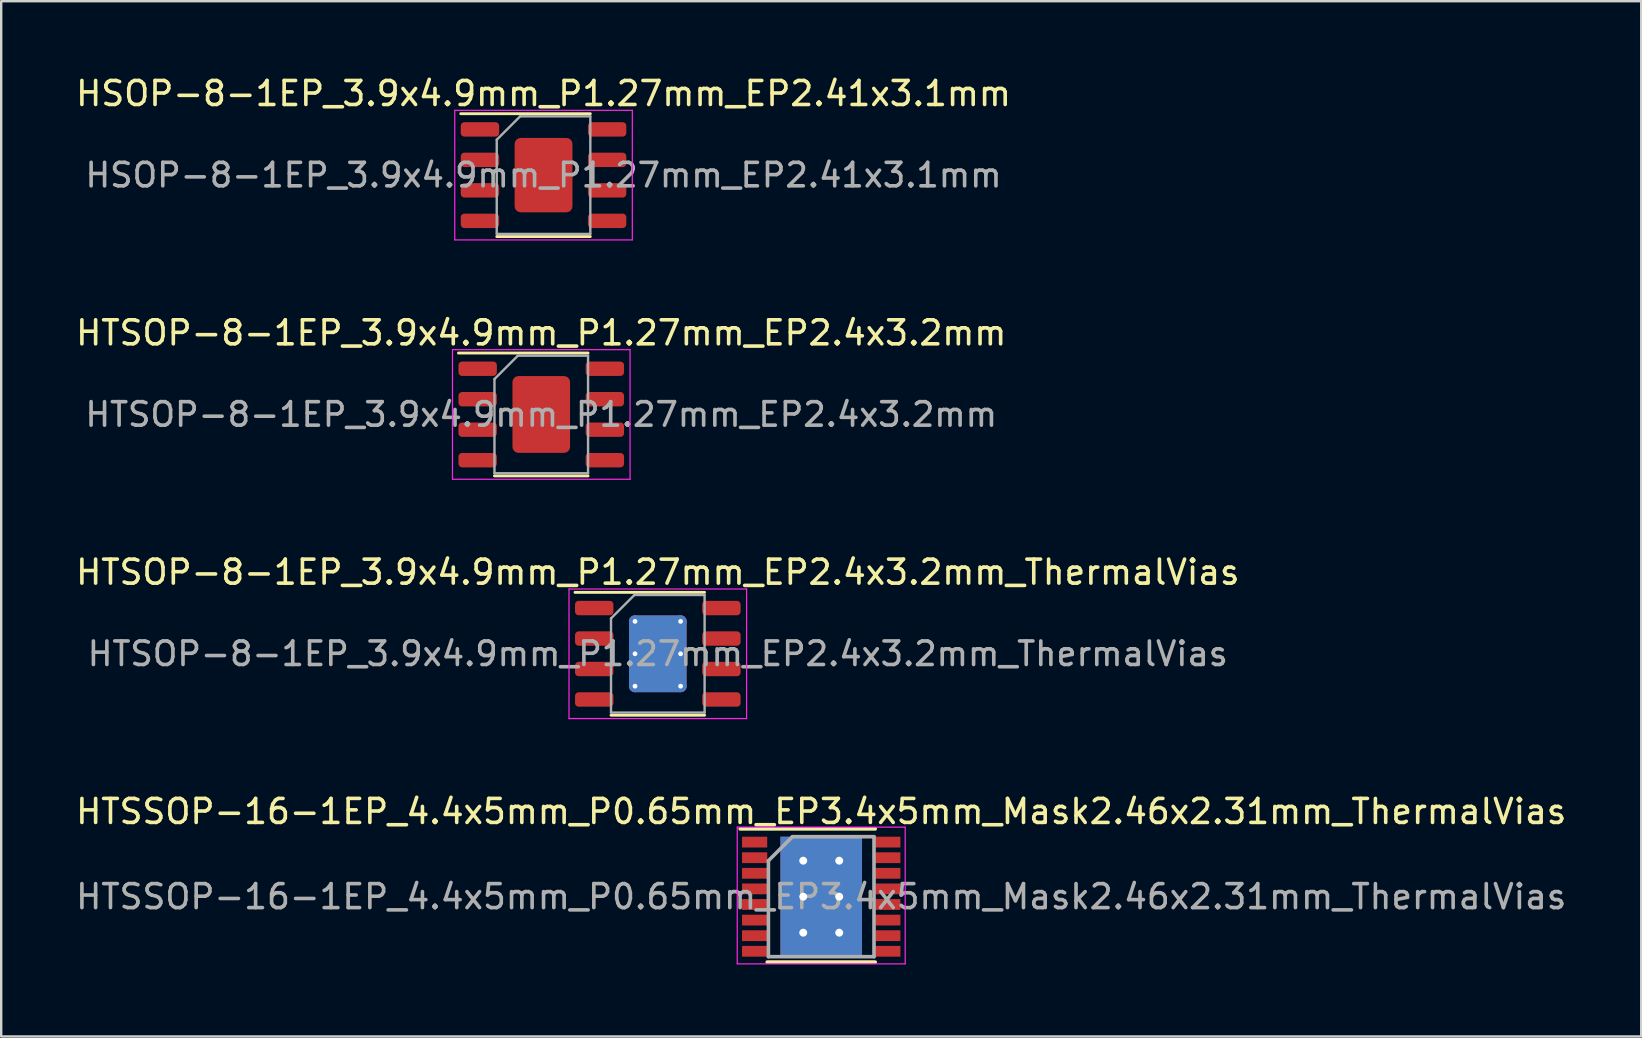
<source format=kicad_pcb>
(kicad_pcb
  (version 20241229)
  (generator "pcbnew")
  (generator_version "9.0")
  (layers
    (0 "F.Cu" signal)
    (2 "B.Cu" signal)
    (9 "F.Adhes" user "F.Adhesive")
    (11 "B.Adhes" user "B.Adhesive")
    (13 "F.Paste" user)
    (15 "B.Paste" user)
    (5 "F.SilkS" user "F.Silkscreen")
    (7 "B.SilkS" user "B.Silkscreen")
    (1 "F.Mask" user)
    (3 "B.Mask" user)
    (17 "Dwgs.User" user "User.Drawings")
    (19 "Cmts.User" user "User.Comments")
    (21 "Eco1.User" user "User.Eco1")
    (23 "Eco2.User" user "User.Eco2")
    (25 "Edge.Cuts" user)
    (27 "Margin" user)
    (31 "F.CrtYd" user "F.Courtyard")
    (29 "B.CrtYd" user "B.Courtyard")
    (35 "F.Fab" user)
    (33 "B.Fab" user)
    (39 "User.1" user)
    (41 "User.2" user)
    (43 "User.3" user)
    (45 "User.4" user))
  (footprint "HTSSOP-16-1EP_4.4x5mm_P0.65mm_EP3.4x5mm_Mask2.46x2.31mm_ThermalVias"
    (layer "F.Cu")
    (at 31.173 34.318)
    (property "Reference" "HTSSOP-16-1EP_4.4x5mm_P0.65mm_EP3.4x5mm_Mask2.46x2.31mm_ThermalVias" (at 0 -3.55 0) (layer "F.SilkS") (effects (font (size 1 1) (thickness 0.15))))
    (attr smd)
    (fp_line (start -3.375 -2.825) (end 2.25 -2.825) (stroke (width 0.15) (type solid)) (layer "F.SilkS"))
    (fp_line (start -2.25 2.725) (end 2.25 2.725) (stroke (width 0.15) (type solid)) (layer "F.SilkS"))
    (fp_line (start -3.5 -2.9) (end -3.5 2.8) (stroke (width 0.05) (type solid)) (layer "F.CrtYd"))
    (fp_line (start -3.5 -2.9) (end 3.5 -2.9) (stroke (width 0.05) (type solid)) (layer "F.CrtYd"))
    (fp_line (start -3.5 2.8) (end 3.5 2.8) (stroke (width 0.05) (type solid)) (layer "F.CrtYd"))
    (fp_line (start 3.5 -2.9) (end 3.5 2.8) (stroke (width 0.05) (type solid)) (layer "F.CrtYd"))
    (fp_line (start -2.2 -1.5) (end -1.2 -2.5) (stroke (width 0.15) (type solid)) (layer "F.Fab"))
    (fp_line (start -2.2 2.5) (end -2.2 -1.5) (stroke (width 0.15) (type solid)) (layer "F.Fab"))
    (fp_line (start -1.2 -2.5) (end 2.2 -2.5) (stroke (width 0.15) (type solid)) (layer "F.Fab"))
    (fp_line (start 2.2 -2.5) (end 2.2 2.5) (stroke (width 0.15) (type solid)) (layer "F.Fab"))
    (fp_line (start 2.2 2.5) (end -2.2 2.5) (stroke (width 0.15) (type solid)) (layer "F.Fab"))
    (fp_text user "${REFERENCE}" (at 0 0 0) (layer "F.Fab") (effects (font (size 1 1) (thickness 0.15))))
    (pad "" smd rect (at 0 -0.66) (size 2.3 0.8) (layers "F.Paste"))
    (pad "" smd rect (at 0 0) (size 2.46 2.31) (layers "F.Mask"))
    (pad "" smd rect (at 0 0.66) (size 2.3 0.8) (layers "F.Paste"))
    (pad "1" smd rect (at -2.775 -2.275) (size 1.05 0.45) (layers "F.Cu" "F.Mask" "F.Paste"))
    (pad "2" smd rect (at -2.775 -1.625) (size 1.05 0.45) (layers "F.Cu" "F.Mask" "F.Paste"))
    (pad "3" smd rect (at -2.775 -0.975) (size 1.05 0.45) (layers "F.Cu" "F.Mask" "F.Paste"))
    (pad "4" smd rect (at -2.775 -0.325) (size 1.05 0.45) (layers "F.Cu" "F.Mask" "F.Paste"))
    (pad "5" smd rect (at -2.775 0.325) (size 1.05 0.45) (layers "F.Cu" "F.Mask" "F.Paste"))
    (pad "6" smd rect (at -2.775 0.975) (size 1.05 0.45) (layers "F.Cu" "F.Mask" "F.Paste"))
    (pad "7" smd rect (at -2.775 1.625) (size 1.05 0.45) (layers "F.Cu" "F.Mask" "F.Paste"))
    (pad "8" smd rect (at -2.775 2.275) (size 1.05 0.45) (layers "F.Cu" "F.Mask" "F.Paste"))
    (pad "9" smd rect (at 2.775 2.275) (size 1.05 0.45) (layers "F.Cu" "F.Mask" "F.Paste"))
    (pad "10" smd rect (at 2.775 1.625) (size 1.05 0.45) (layers "F.Cu" "F.Mask" "F.Paste"))
    (pad "11" smd rect (at 2.775 0.975) (size 1.05 0.45) (layers "F.Cu" "F.Mask" "F.Paste"))
    (pad "12" smd rect (at 2.775 0.325) (size 1.05 0.45) (layers "F.Cu" "F.Mask" "F.Paste"))
    (pad "13" smd rect (at 2.775 -0.325) (size 1.05 0.45) (layers "F.Cu" "F.Mask" "F.Paste"))
    (pad "14" smd rect (at 2.775 -0.975) (size 1.05 0.45) (layers "F.Cu" "F.Mask" "F.Paste"))
    (pad "15" smd rect (at 2.775 -1.625) (size 1.05 0.45) (layers "F.Cu" "F.Mask" "F.Paste"))
    (pad "16" smd rect (at 2.775 -2.275) (size 1.05 0.45) (layers "F.Cu" "F.Mask" "F.Paste"))
    (pad "17" thru_hole circle (at -0.75 -1.5) (size 0.75 0.75) (drill 0.33) (layers "*.Cu"))
    (pad "17" thru_hole circle (at -0.75 0) (size 0.75 0.75) (drill 0.33) (layers "*.Cu"))
    (pad "17" thru_hole circle (at -0.75 1.5) (size 0.75 0.75) (drill 0.33) (layers "*.Cu"))
    (pad "17" smd rect (at 0 0) (size 3.4 5) (layers "F.Cu"))
    (pad "17" smd rect (at 0 0) (size 3.4 5) (layers "B.Cu"))
    (pad "17" thru_hole circle (at 0.75 -1.5) (size 0.75 0.75) (drill 0.33) (layers "*.Cu"))
    (pad "17" thru_hole circle (at 0.75 0) (size 0.75 0.75) (drill 0.33) (layers "*.Cu"))
    (pad "17" thru_hole circle (at 0.75 1.5) (size 0.75 0.75) (drill 0.33) (layers "*.Cu")))
  (footprint "HTSOP-8-1EP_3.9x4.9mm_P1.27mm_EP2.4x3.2mm_ThermalVias"
    (layer "F.Cu")
    (at 24.363 24.195)
    (property "Reference" "HTSOP-8-1EP_3.9x4.9mm_P1.27mm_EP2.4x3.2mm_ThermalVias" (at 0 -3.4 0) (layer "F.SilkS") (effects (font (size 1 1) (thickness 0.15))))
    (attr smd)
    (fp_line (start -3.45 -2.56) (end 1.95 -2.56) (stroke (width 0.12) (type solid)) (layer "F.SilkS"))
    (fp_line (start -1.95 2.56) (end 1.95 2.56) (stroke (width 0.12) (type solid)) (layer "F.SilkS"))
    (fp_line (start -3.7 -2.7) (end -3.7 2.7) (stroke (width 0.05) (type solid)) (layer "F.CrtYd"))
    (fp_line (start -3.7 2.7) (end 3.7 2.7) (stroke (width 0.05) (type solid)) (layer "F.CrtYd"))
    (fp_line (start 3.7 -2.7) (end -3.7 -2.7) (stroke (width 0.05) (type solid)) (layer "F.CrtYd"))
    (fp_line (start 3.7 2.7) (end 3.7 -2.7) (stroke (width 0.05) (type solid)) (layer "F.CrtYd"))
    (fp_line (start -1.95 -1.475) (end -0.975 -2.45) (stroke (width 0.1) (type solid)) (layer "F.Fab"))
    (fp_line (start -1.95 2.45) (end -1.95 -1.475) (stroke (width 0.1) (type solid)) (layer "F.Fab"))
    (fp_line (start -0.975 -2.45) (end 1.95 -2.45) (stroke (width 0.1) (type solid)) (layer "F.Fab"))
    (fp_line (start 1.95 -2.45) (end 1.95 2.45) (stroke (width 0.1) (type solid)) (layer "F.Fab"))
    (fp_line (start 1.95 2.45) (end -1.95 2.45) (stroke (width 0.1) (type solid)) (layer "F.Fab"))
    (fp_text user "${REFERENCE}" (at 0 0 0) (layer "F.Fab") (effects (font (size 0.98 0.98) (thickness 0.15))))
    (pad "" smd roundrect (at -0.6 -0.8) (size 0.97 1.29) (layers "F.Paste") (roundrect_rratio 0.25))
    (pad "" smd roundrect (at -0.6 0.8) (size 0.97 1.29) (layers "F.Paste") (roundrect_rratio 0.25))
    (pad "" smd roundrect (at 0.6 -0.8) (size 0.97 1.29) (layers "F.Paste") (roundrect_rratio 0.25))
    (pad "" smd roundrect (at 0.6 0.8) (size 0.97 1.29) (layers "F.Paste") (roundrect_rratio 0.25))
    (pad "1" smd roundrect (at -2.65 -1.905) (size 1.6 0.6) (layers "F.Cu" "F.Mask" "F.Paste") (roundrect_rratio 0.25))
    (pad "2" smd roundrect (at -2.65 -0.635) (size 1.6 0.6) (layers "F.Cu" "F.Mask" "F.Paste") (roundrect_rratio 0.25))
    (pad "3" smd roundrect (at -2.65 0.635) (size 1.6 0.6) (layers "F.Cu" "F.Mask" "F.Paste") (roundrect_rratio 0.25))
    (pad "4" smd roundrect (at -2.65 1.905) (size 1.6 0.6) (layers "F.Cu" "F.Mask" "F.Paste") (roundrect_rratio 0.25))
    (pad "5" smd roundrect (at 2.65 1.905) (size 1.6 0.6) (layers "F.Cu" "F.Mask" "F.Paste") (roundrect_rratio 0.25))
    (pad "6" smd roundrect (at 2.65 0.635) (size 1.6 0.6) (layers "F.Cu" "F.Mask" "F.Paste") (roundrect_rratio 0.25))
    (pad "7" smd roundrect (at 2.65 -0.635) (size 1.6 0.6) (layers "F.Cu" "F.Mask" "F.Paste") (roundrect_rratio 0.25))
    (pad "8" smd roundrect (at 2.65 -1.905) (size 1.6 0.6) (layers "F.Cu" "F.Mask" "F.Paste") (roundrect_rratio 0.25))
    (pad "9" thru_hole circle (at -0.95 -1.35) (size 0.5 0.5) (drill 0.2) (layers "*.Cu"))
    (pad "9" thru_hole circle (at -0.95 0) (size 0.5 0.5) (drill 0.2) (layers "*.Cu"))
    (pad "9" thru_hole circle (at -0.95 1.35) (size 0.5 0.5) (drill 0.2) (layers "*.Cu"))
    (pad "9" smd roundrect (at 0 0) (size 2.4 3.2) (layers "F.Cu" "F.Mask") (roundrect_rratio 0.104))
    (pad "9" smd roundrect (at 0 0) (size 2.4 3.2) (layers "B.Cu") (roundrect_rratio 0.104))
    (pad "9" thru_hole circle (at 0.95 -1.35) (size 0.5 0.5) (drill 0.2) (layers "*.Cu"))
    (pad "9" thru_hole circle (at 0.95 0) (size 0.5 0.5) (drill 0.2) (layers "*.Cu"))
    (pad "9" thru_hole circle (at 0.95 1.35) (size 0.5 0.5) (drill 0.2) (layers "*.Cu")))
  (footprint "HTSOP-8-1EP_3.9x4.9mm_P1.27mm_EP2.4x3.2mm"
    (layer "F.Cu")
    (at 19.506 14.222)
    (property "Reference" "HTSOP-8-1EP_3.9x4.9mm_P1.27mm_EP2.4x3.2mm" (at 0 -3.4 0) (layer "F.SilkS") (effects (font (size 1 1) (thickness 0.15))))
    (attr smd)
    (fp_line (start -3.45 -2.56) (end 1.95 -2.56) (stroke (width 0.12) (type solid)) (layer "F.SilkS"))
    (fp_line (start -1.95 2.56) (end 1.95 2.56) (stroke (width 0.12) (type solid)) (layer "F.SilkS"))
    (fp_line (start -3.7 -2.7) (end -3.7 2.7) (stroke (width 0.05) (type solid)) (layer "F.CrtYd"))
    (fp_line (start -3.7 2.7) (end 3.7 2.7) (stroke (width 0.05) (type solid)) (layer "F.CrtYd"))
    (fp_line (start 3.7 -2.7) (end -3.7 -2.7) (stroke (width 0.05) (type solid)) (layer "F.CrtYd"))
    (fp_line (start 3.7 2.7) (end 3.7 -2.7) (stroke (width 0.05) (type solid)) (layer "F.CrtYd"))
    (fp_line (start -1.95 -1.475) (end -0.975 -2.45) (stroke (width 0.1) (type solid)) (layer "F.Fab"))
    (fp_line (start -1.95 2.45) (end -1.95 -1.475) (stroke (width 0.1) (type solid)) (layer "F.Fab"))
    (fp_line (start -0.975 -2.45) (end 1.95 -2.45) (stroke (width 0.1) (type solid)) (layer "F.Fab"))
    (fp_line (start 1.95 -2.45) (end 1.95 2.45) (stroke (width 0.1) (type solid)) (layer "F.Fab"))
    (fp_line (start 1.95 2.45) (end -1.95 2.45) (stroke (width 0.1) (type solid)) (layer "F.Fab"))
    (fp_text user "${REFERENCE}" (at 0 0 0) (layer "F.Fab") (effects (font (size 0.98 0.98) (thickness 0.15))))
    (pad "" smd roundrect (at -0.6 -0.8) (size 0.97 1.29) (layers "F.Paste") (roundrect_rratio 0.25))
    (pad "" smd roundrect (at -0.6 0.8) (size 0.97 1.29) (layers "F.Paste") (roundrect_rratio 0.25))
    (pad "" smd roundrect (at 0.6 -0.8) (size 0.97 1.29) (layers "F.Paste") (roundrect_rratio 0.25))
    (pad "" smd roundrect (at 0.6 0.8) (size 0.97 1.29) (layers "F.Paste") (roundrect_rratio 0.25))
    (pad "1" smd roundrect (at -2.65 -1.905) (size 1.6 0.6) (layers "F.Cu" "F.Mask" "F.Paste") (roundrect_rratio 0.25))
    (pad "2" smd roundrect (at -2.65 -0.635) (size 1.6 0.6) (layers "F.Cu" "F.Mask" "F.Paste") (roundrect_rratio 0.25))
    (pad "3" smd roundrect (at -2.65 0.635) (size 1.6 0.6) (layers "F.Cu" "F.Mask" "F.Paste") (roundrect_rratio 0.25))
    (pad "4" smd roundrect (at -2.65 1.905) (size 1.6 0.6) (layers "F.Cu" "F.Mask" "F.Paste") (roundrect_rratio 0.25))
    (pad "5" smd roundrect (at 2.65 1.905) (size 1.6 0.6) (layers "F.Cu" "F.Mask" "F.Paste") (roundrect_rratio 0.25))
    (pad "6" smd roundrect (at 2.65 0.635) (size 1.6 0.6) (layers "F.Cu" "F.Mask" "F.Paste") (roundrect_rratio 0.25))
    (pad "7" smd roundrect (at 2.65 -0.635) (size 1.6 0.6) (layers "F.Cu" "F.Mask" "F.Paste") (roundrect_rratio 0.25))
    (pad "8" smd roundrect (at 2.65 -1.905) (size 1.6 0.6) (layers "F.Cu" "F.Mask" "F.Paste") (roundrect_rratio 0.25))
    (pad "9" smd roundrect (at 0 0) (size 2.4 3.2) (layers "F.Cu" "F.Mask") (roundrect_rratio 0.104)))
  (footprint "HSOP-8-1EP_3.9x4.9mm_P1.27mm_EP2.41x3.1mm"
    (layer "F.Cu")
    (at 19.601 4.248)
    (property "Reference" "HSOP-8-1EP_3.9x4.9mm_P1.27mm_EP2.41x3.1mm" (at 0 -3.4 0) (layer "F.SilkS") (effects (font (size 1 1) (thickness 0.15))))
    (attr smd)
    (fp_line (start -3.45 -2.56) (end 1.95 -2.56) (stroke (width 0.12) (type solid)) (layer "F.SilkS"))
    (fp_line (start -1.95 2.56) (end 1.95 2.56) (stroke (width 0.12) (type solid)) (layer "F.SilkS"))
    (fp_line (start -3.7 -2.7) (end -3.7 2.7) (stroke (width 0.05) (type solid)) (layer "F.CrtYd"))
    (fp_line (start -3.7 2.7) (end 3.7 2.7) (stroke (width 0.05) (type solid)) (layer "F.CrtYd"))
    (fp_line (start 3.7 -2.7) (end -3.7 -2.7) (stroke (width 0.05) (type solid)) (layer "F.CrtYd"))
    (fp_line (start 3.7 2.7) (end 3.7 -2.7) (stroke (width 0.05) (type solid)) (layer "F.CrtYd"))
    (fp_line (start -1.95 -1.475) (end -0.975 -2.45) (stroke (width 0.1) (type solid)) (layer "F.Fab"))
    (fp_line (start -1.95 2.45) (end -1.95 -1.475) (stroke (width 0.1) (type solid)) (layer "F.Fab"))
    (fp_line (start -0.975 -2.45) (end 1.95 -2.45) (stroke (width 0.1) (type solid)) (layer "F.Fab"))
    (fp_line (start 1.95 -2.45) (end 1.95 2.45) (stroke (width 0.1) (type solid)) (layer "F.Fab"))
    (fp_line (start 1.95 2.45) (end -1.95 2.45) (stroke (width 0.1) (type solid)) (layer "F.Fab"))
    (fp_text user "${REFERENCE}" (at 0 0 0) (layer "F.Fab") (effects (font (size 0.98 0.98) (thickness 0.15))))
    (pad "" smd roundrect (at -0.6 -0.775) (size 0.97 1.25) (layers "F.Paste") (roundrect_rratio 0.25))
    (pad "" smd roundrect (at -0.6 0.775) (size 0.97 1.25) (layers "F.Paste") (roundrect_rratio 0.25))
    (pad "" smd roundrect (at 0.6 -0.775) (size 0.97 1.25) (layers "F.Paste") (roundrect_rratio 0.25))
    (pad "" smd roundrect (at 0.6 0.775) (size 0.97 1.25) (layers "F.Paste") (roundrect_rratio 0.25))
    (pad "1" smd roundrect (at -2.65 -1.905) (size 1.6 0.6) (layers "F.Cu" "F.Mask" "F.Paste") (roundrect_rratio 0.25))
    (pad "2" smd roundrect (at -2.65 -0.635) (size 1.6 0.6) (layers "F.Cu" "F.Mask" "F.Paste") (roundrect_rratio 0.25))
    (pad "3" smd roundrect (at -2.65 0.635) (size 1.6 0.6) (layers "F.Cu" "F.Mask" "F.Paste") (roundrect_rratio 0.25))
    (pad "4" smd roundrect (at -2.65 1.905) (size 1.6 0.6) (layers "F.Cu" "F.Mask" "F.Paste") (roundrect_rratio 0.25))
    (pad "5" smd roundrect (at 2.65 1.905) (size 1.6 0.6) (layers "F.Cu" "F.Mask" "F.Paste") (roundrect_rratio 0.25))
    (pad "6" smd roundrect (at 2.65 0.635) (size 1.6 0.6) (layers "F.Cu" "F.Mask" "F.Paste") (roundrect_rratio 0.25))
    (pad "7" smd roundrect (at 2.65 -0.635) (size 1.6 0.6) (layers "F.Cu" "F.Mask" "F.Paste") (roundrect_rratio 0.25))
    (pad "8" smd roundrect (at 2.65 -1.905) (size 1.6 0.6) (layers "F.Cu" "F.Mask" "F.Paste") (roundrect_rratio 0.25))
    (pad "9" smd roundrect (at 0 0) (size 2.41 3.1) (layers "F.Cu" "F.Mask") (roundrect_rratio 0.104)))
  (gr_rect
    (start -3 -3)
    (end 65.345 40.143)
    (stroke (width 0.1) (type default))
    (fill no)
    (layer "Edge.Cuts")))
</source>
